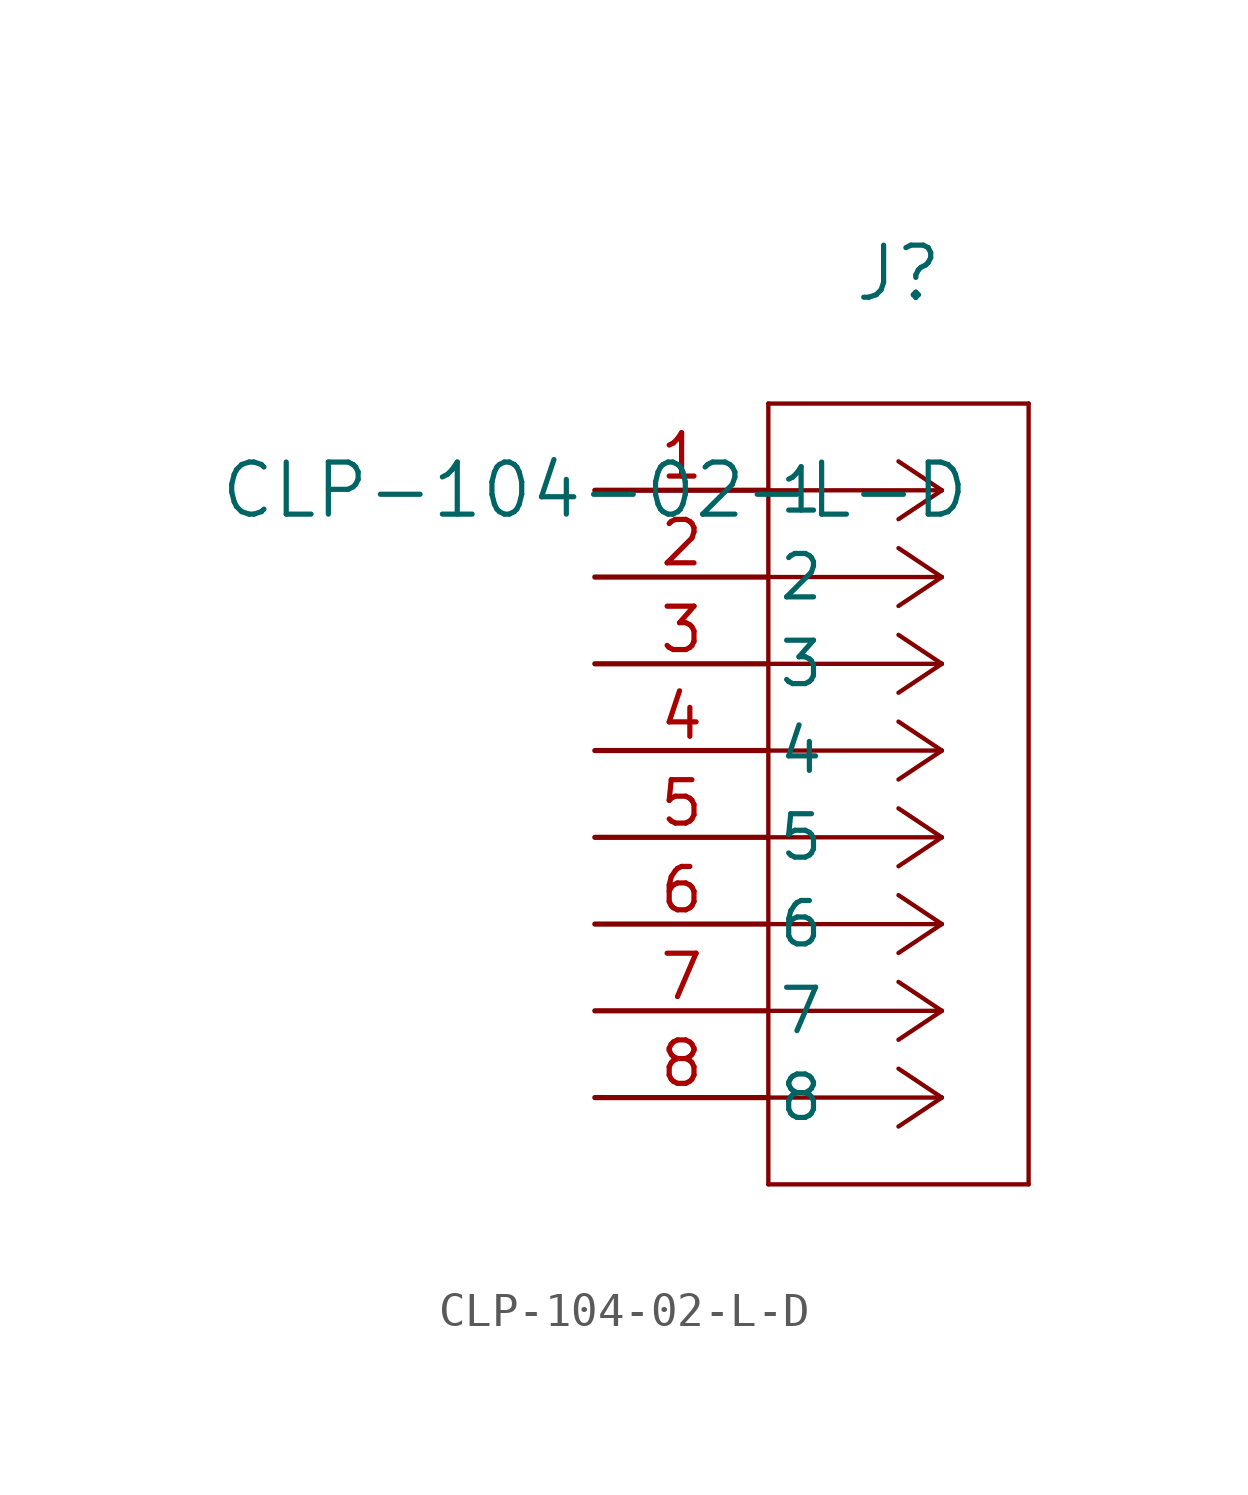
<source format=kicad_sym>
(kicad_symbol_lib
  (version 20211014)
  (generator kicad_symbol_editor)
  (symbol "CLP-104-02-L-D"
    (pin_names
      (offset 0.254))
    (property "Reference" "J"
      (at 8.89 6.35 0)
      (effects (font (size 1.524 1.524))))
    (property "Value" "CLP-104-02-L-D"
      (at 0 0 0)
      (effects (font (size 1.524 1.524))))
    (symbol "CLP-104-02-L-D_0_1"
      (polyline (pts (xy 10.16 0) (xy 5.08 0)) (stroke (width 0.127) (type default) (color 0 0 0 0)) (fill (type none)))
      (polyline (pts (xy 10.16 -2.54) (xy 5.08 -2.54)) (stroke (width 0.127) (type default) (color 0 0 0 0)) (fill (type none)))
      (polyline (pts (xy 10.16 -5.08) (xy 5.08 -5.08)) (stroke (width 0.127) (type default) (color 0 0 0 0)) (fill (type none)))
      (polyline (pts (xy 10.16 -7.62) (xy 5.08 -7.62)) (stroke (width 0.127) (type default) (color 0 0 0 0)) (fill (type none)))
      (polyline (pts (xy 10.16 -10.16) (xy 5.08 -10.16)) (stroke (width 0.127) (type default) (color 0 0 0 0)) (fill (type none)))
      (polyline (pts (xy 10.16 -12.7) (xy 5.08 -12.7)) (stroke (width 0.127) (type default) (color 0 0 0 0)) (fill (type none)))
      (polyline (pts (xy 10.16 -15.24) (xy 5.08 -15.24)) (stroke (width 0.127) (type default) (color 0 0 0 0)) (fill (type none)))
      (polyline (pts (xy 10.16 -17.78) (xy 5.08 -17.78)) (stroke (width 0.127) (type default) (color 0 0 0 0)) (fill (type none)))
      (polyline (pts (xy 10.16 0) (xy 8.89 0.847)) (stroke (width 0.127) (type default) (color 0 0 0 0)) (fill (type none)))
      (polyline (pts (xy 10.16 -2.54) (xy 8.89 -1.693)) (stroke (width 0.127) (type default) (color 0 0 0 0)) (fill (type none)))
      (polyline (pts (xy 10.16 -5.08) (xy 8.89 -4.233)) (stroke (width 0.127) (type default) (color 0 0 0 0)) (fill (type none)))
      (polyline (pts (xy 10.16 -7.62) (xy 8.89 -6.773)) (stroke (width 0.127) (type default) (color 0 0 0 0)) (fill (type none)))
      (polyline (pts (xy 10.16 -10.16) (xy 8.89 -9.313)) (stroke (width 0.127) (type default) (color 0 0 0 0)) (fill (type none)))
      (polyline (pts (xy 10.16 -12.7) (xy 8.89 -11.853)) (stroke (width 0.127) (type default) (color 0 0 0 0)) (fill (type none)))
      (polyline (pts (xy 10.16 -15.24) (xy 8.89 -14.393)) (stroke (width 0.127) (type default) (color 0 0 0 0)) (fill (type none)))
      (polyline (pts (xy 10.16 -17.78) (xy 8.89 -16.933)) (stroke (width 0.127) (type default) (color 0 0 0 0)) (fill (type none)))
      (polyline (pts (xy 10.16 0) (xy 8.89 -0.847)) (stroke (width 0.127) (type default) (color 0 0 0 0)) (fill (type none)))
      (polyline (pts (xy 10.16 -2.54) (xy 8.89 -3.387)) (stroke (width 0.127) (type default) (color 0 0 0 0)) (fill (type none)))
      (polyline (pts (xy 10.16 -5.08) (xy 8.89 -5.927)) (stroke (width 0.127) (type default) (color 0 0 0 0)) (fill (type none)))
      (polyline (pts (xy 10.16 -7.62) (xy 8.89 -8.467)) (stroke (width 0.127) (type default) (color 0 0 0 0)) (fill (type none)))
      (polyline (pts (xy 10.16 -10.16) (xy 8.89 -11.007)) (stroke (width 0.127) (type default) (color 0 0 0 0)) (fill (type none)))
      (polyline (pts (xy 10.16 -12.7) (xy 8.89 -13.547)) (stroke (width 0.127) (type default) (color 0 0 0 0)) (fill (type none)))
      (polyline (pts (xy 10.16 -15.24) (xy 8.89 -16.087)) (stroke (width 0.127) (type default) (color 0 0 0 0)) (fill (type none)))
      (polyline (pts (xy 10.16 -17.78) (xy 8.89 -18.627)) (stroke (width 0.127) (type default) (color 0 0 0 0)) (fill (type none)))
      (polyline (pts (xy 5.08 2.54) (xy 5.08 -20.32)) (stroke (width 0.127) (type default) (color 0 0 0 0)) (fill (type none)))
      (polyline (pts (xy 5.08 -20.32) (xy 12.7 -20.32)) (stroke (width 0.127) (type default) (color 0 0 0 0)) (fill (type none)))
      (polyline (pts (xy 12.7 -20.32) (xy 12.7 2.54)) (stroke (width 0.127) (type default) (color 0 0 0 0)) (fill (type none)))
      (polyline (pts (xy 12.7 2.54) (xy 5.08 2.54)) (stroke (width 0.127) (type default) (color 0 0 0 0)) (fill (type none)))
      (pin unspecified line (at 0 0 0) (length 5.08) (name "1" (effects (font (size 1.27 1.27)))) (number "1" (effects (font (size 1.27 1.27)))))
      (pin unspecified line (at 0 -2.54 0) (length 5.08) (name "2" (effects (font (size 1.27 1.27)))) (number "2" (effects (font (size 1.27 1.27)))))
      (pin unspecified line (at 0 -5.08 0) (length 5.08) (name "3" (effects (font (size 1.27 1.27)))) (number "3" (effects (font (size 1.27 1.27)))))
      (pin unspecified line (at 0 -7.62 0) (length 5.08) (name "4" (effects (font (size 1.27 1.27)))) (number "4" (effects (font (size 1.27 1.27)))))
      (pin unspecified line (at 0 -10.16 0) (length 5.08) (name "5" (effects (font (size 1.27 1.27)))) (number "5" (effects (font (size 1.27 1.27)))))
      (pin unspecified line (at 0 -12.7 0) (length 5.08) (name "6" (effects (font (size 1.27 1.27)))) (number "6" (effects (font (size 1.27 1.27)))))
      (pin unspecified line (at 0 -15.24 0) (length 5.08) (name "7" (effects (font (size 1.27 1.27)))) (number "7" (effects (font (size 1.27 1.27)))))
      (pin unspecified line (at 0 -17.78 0) (length 5.08) (name "8" (effects (font (size 1.27 1.27)))) (number "8" (effects (font (size 1.27 1.27))))))))
</source>
